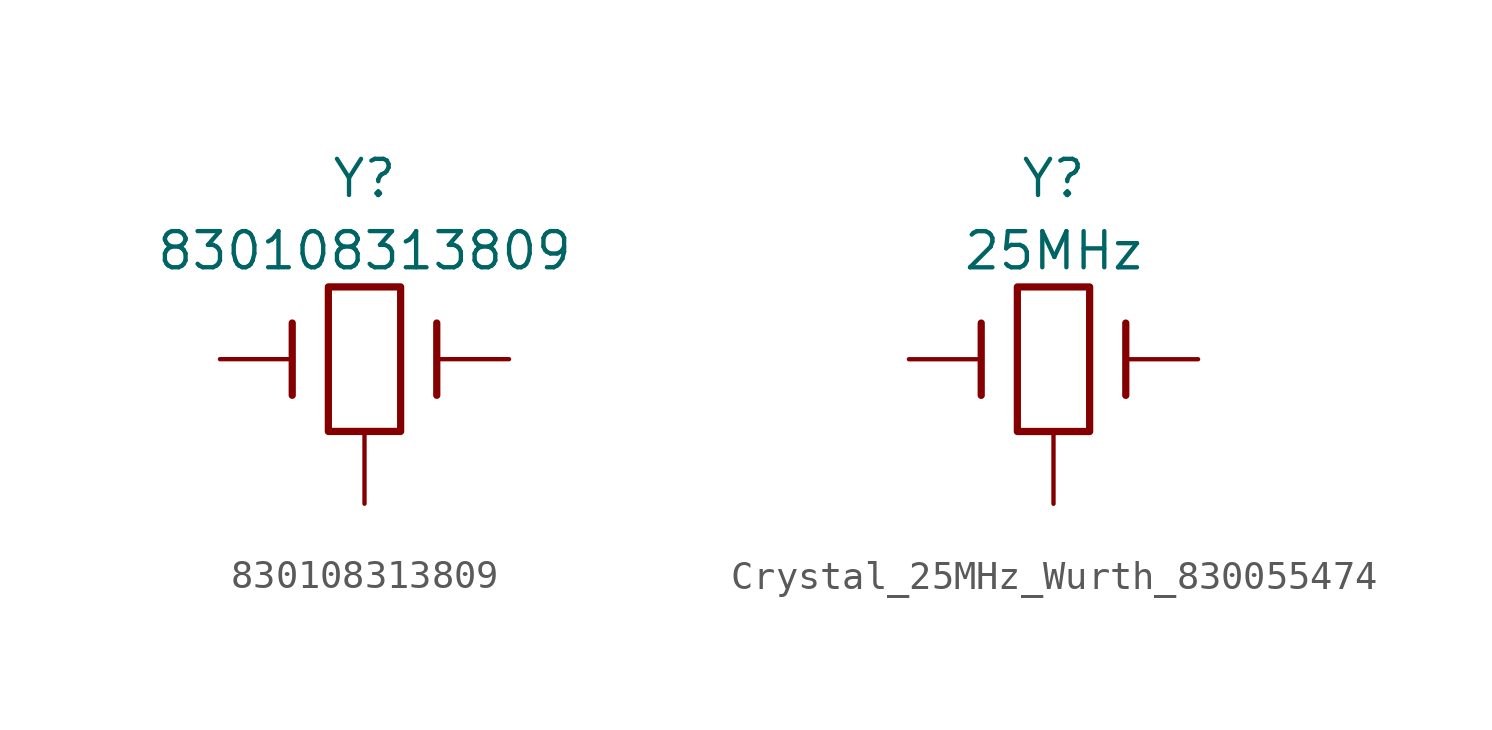
<source format=kicad_sym>
(kicad_symbol_lib
  (version 20220914)
  (generator kicad_symbol_editor)
  (symbol "830108313809"
    (pin_numbers hide)
    (pin_names
      (offset 1.016) hide)
    (property "Reference" "Y"
      (at 0 6.35 0)
      (effects (font (size 1.27 1.27))))
    (property "Value" "830108313809"
      (at 0 3.81 0)
      (effects (font (size 1.27 1.27))))
    (symbol "830108313809_0_1"
      (rectangle (start -1.27 2.54) (end 1.27 -2.54) (stroke (width 0.254) (type default)) (fill (type none)))
      (polyline (pts (xy -2.54 -1.27) (xy -2.54 1.27)) (stroke (width 0.254) (type default)) (fill (type none)))
      (polyline (pts (xy 2.54 -1.27) (xy 2.54 1.27)) (stroke (width 0.254) (type default)) (fill (type none))))
    (symbol "830108313809_1_1"
      (pin passive line (at -5.08 0 0) (length 2.54) (name "" (effects (font (size 1.016 1.016)))) (number "1" (effects (font (size 1.016 1.016)))))
      (pin passive line (at 0 -5.08 90) (length 2.54) (name "" (effects (font (size 1.27 1.27)))) (number "2" (effects (font (size 1.27 1.27)))))
      (pin passive line (at 5.08 0 180) (length 2.54) (name "" (effects (font (size 1.016 1.016)))) (number "3" (effects (font (size 1.016 1.016)))))
      (pin passive line (at 0 -5.08 90) (length 2.54) hide (name "" (effects (font (size 1.27 1.27)))) (number "4" (effects (font (size 1.27 1.27)))))))
  (symbol "Crystal_25MHz_Wurth_830055474"
    (pin_numbers hide)
    (pin_names
      (offset 1.016) hide)
    (property "Reference" "Y"
      (at 0 6.35 0)
      (effects (font (size 1.27 1.27))))
    (property "Value" "25MHz"
      (at 0 3.81 0)
      (effects (font (size 1.27 1.27))))
    (symbol "Crystal_25MHz_Wurth_830055474_0_1"
      (rectangle (start -1.27 2.54) (end 1.27 -2.54) (stroke (width 0.254) (type default)) (fill (type none)))
      (polyline (pts (xy -2.54 -1.27) (xy -2.54 1.27)) (stroke (width 0.254) (type default)) (fill (type none)))
      (polyline (pts (xy 2.54 -1.27) (xy 2.54 1.27)) (stroke (width 0.254) (type default)) (fill (type none))))
    (symbol "Crystal_25MHz_Wurth_830055474_1_1"
      (pin passive line (at -5.08 0 0) (length 2.54) (name "" (effects (font (size 1.016 1.016)))) (number "1" (effects (font (size 1.016 1.016)))))
      (pin passive line (at 0 -5.08 90) (length 2.54) (name "" (effects (font (size 1.27 1.27)))) (number "2" (effects (font (size 1.27 1.27)))))
      (pin passive line (at 5.08 0 180) (length 2.54) (name "" (effects (font (size 1.016 1.016)))) (number "3" (effects (font (size 1.016 1.016)))))
      (pin passive line (at 0 -5.08 90) (length 2.54) hide (name "" (effects (font (size 1.27 1.27)))) (number "4" (effects (font (size 1.27 1.27))))))))
</source>
